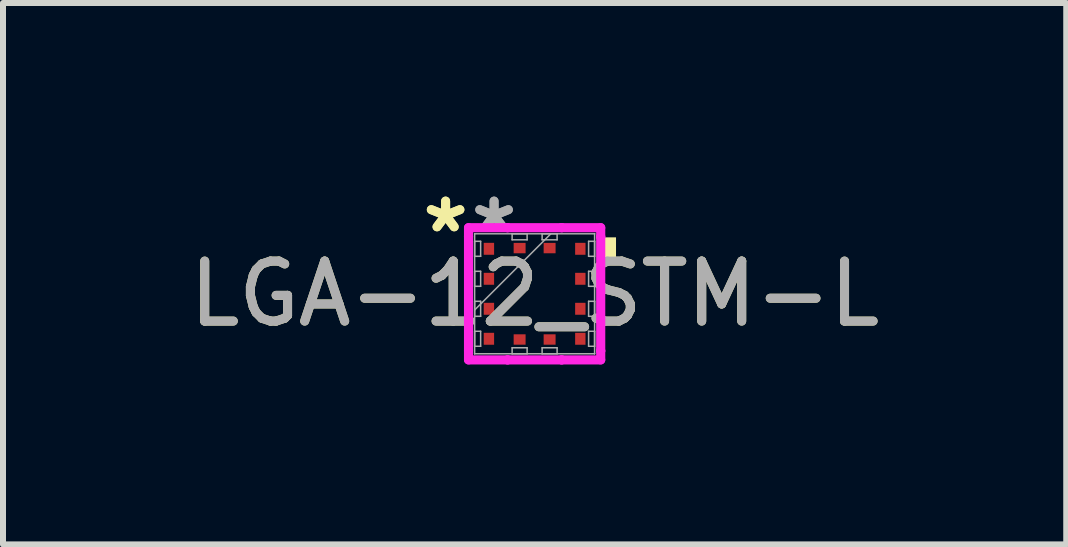
<source format=kicad_pcb>
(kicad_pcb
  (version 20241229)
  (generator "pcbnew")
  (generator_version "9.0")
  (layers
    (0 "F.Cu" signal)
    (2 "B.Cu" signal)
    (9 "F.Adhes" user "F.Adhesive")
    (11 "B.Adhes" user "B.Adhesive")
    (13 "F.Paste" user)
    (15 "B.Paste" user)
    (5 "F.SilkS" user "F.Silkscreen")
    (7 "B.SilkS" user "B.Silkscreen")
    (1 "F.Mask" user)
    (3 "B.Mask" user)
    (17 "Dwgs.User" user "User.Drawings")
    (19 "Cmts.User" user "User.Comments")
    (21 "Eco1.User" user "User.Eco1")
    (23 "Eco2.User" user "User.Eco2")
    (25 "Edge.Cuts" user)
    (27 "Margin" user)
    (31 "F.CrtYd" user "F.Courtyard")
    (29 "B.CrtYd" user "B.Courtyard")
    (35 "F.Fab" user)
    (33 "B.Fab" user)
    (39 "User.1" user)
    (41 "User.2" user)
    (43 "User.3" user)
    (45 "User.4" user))
  (footprint "LGA-12_STM-L"
    (layer "F.Cu")
    (at 5.863 1.848)
    (property "Reference" "LGA-12_STM-L" (at 0 0 0) (unlocked yes) (layer "F.SilkS") (effects (font (size 1 1) (thickness 0.15))))
    (attr smd)
    (fp_poly (pts (xy 1.357 -0.941) (xy 1.357 -0.56) (xy 1.103 -0.56) (xy 1.103 -0.941)) (stroke (width 0) (type solid)) (fill yes) (layer "F.SilkS"))
    (fp_line (start -1.102 -1.102) (end -0.451 -1.102) (stroke (width 0.152) (type solid)) (layer "F.CrtYd"))
    (fp_line (start -1.102 -0.951) (end -1.102 -1.102) (stroke (width 0.152) (type solid)) (layer "F.CrtYd"))
    (fp_line (start -1.102 -0.951) (end -1.102 -0.951) (stroke (width 0.152) (type solid)) (layer "F.CrtYd"))
    (fp_line (start -1.102 0.951) (end -1.102 -0.951) (stroke (width 0.152) (type solid)) (layer "F.CrtYd"))
    (fp_line (start -1.102 0.951) (end -1.102 0.951) (stroke (width 0.152) (type solid)) (layer "F.CrtYd"))
    (fp_line (start -1.102 1.102) (end -1.102 0.951) (stroke (width 0.152) (type solid)) (layer "F.CrtYd"))
    (fp_line (start -0.451 -1.102) (end -0.451 -1.102) (stroke (width 0.152) (type solid)) (layer "F.CrtYd"))
    (fp_line (start -0.451 -1.102) (end 0.451 -1.102) (stroke (width 0.152) (type solid)) (layer "F.CrtYd"))
    (fp_line (start -0.451 1.102) (end -1.102 1.102) (stroke (width 0.152) (type solid)) (layer "F.CrtYd"))
    (fp_line (start -0.451 1.102) (end -0.451 1.102) (stroke (width 0.152) (type solid)) (layer "F.CrtYd"))
    (fp_line (start 0.451 -1.102) (end 0.451 -1.102) (stroke (width 0.152) (type solid)) (layer "F.CrtYd"))
    (fp_line (start 0.451 -1.102) (end 1.102 -1.102) (stroke (width 0.152) (type solid)) (layer "F.CrtYd"))
    (fp_line (start 0.451 1.102) (end -0.451 1.102) (stroke (width 0.152) (type solid)) (layer "F.CrtYd"))
    (fp_line (start 0.451 1.102) (end 0.451 1.102) (stroke (width 0.152) (type solid)) (layer "F.CrtYd"))
    (fp_line (start 1.102 -1.102) (end 1.102 -0.951) (stroke (width 0.152) (type solid)) (layer "F.CrtYd"))
    (fp_line (start 1.102 -0.951) (end 1.102 -0.951) (stroke (width 0.152) (type solid)) (layer "F.CrtYd"))
    (fp_line (start 1.102 -0.951) (end 1.102 0.951) (stroke (width 0.152) (type solid)) (layer "F.CrtYd"))
    (fp_line (start 1.102 0.951) (end 1.102 0.951) (stroke (width 0.152) (type solid)) (layer "F.CrtYd"))
    (fp_line (start 1.102 0.951) (end 1.102 1.102) (stroke (width 0.152) (type solid)) (layer "F.CrtYd"))
    (fp_line (start 1.102 1.102) (end 0.451 1.102) (stroke (width 0.152) (type solid)) (layer "F.CrtYd"))
    (fp_line (start -1 -1) (end -1 -1) (stroke (width 0.025) (type solid)) (layer "F.Fab"))
    (fp_line (start -1 -1) (end -1 1) (stroke (width 0.025) (type solid)) (layer "F.Fab"))
    (fp_line (start -1 -0.875) (end -0.9 -0.875) (stroke (width 0.025) (type solid)) (layer "F.Fab"))
    (fp_line (start -1 -0.625) (end -1 -0.875) (stroke (width 0.025) (type solid)) (layer "F.Fab"))
    (fp_line (start -1 -0.375) (end -0.9 -0.375) (stroke (width 0.025) (type solid)) (layer "F.Fab"))
    (fp_line (start -1 -0.125) (end -1 -0.375) (stroke (width 0.025) (type solid)) (layer "F.Fab"))
    (fp_line (start -1 0.125) (end -0.9 0.125) (stroke (width 0.025) (type solid)) (layer "F.Fab"))
    (fp_line (start -1 0.27) (end 0.27 -1) (stroke (width 0.025) (type solid)) (layer "F.Fab"))
    (fp_line (start -1 0.375) (end -1 0.125) (stroke (width 0.025) (type solid)) (layer "F.Fab"))
    (fp_line (start -1 0.625) (end -0.9 0.625) (stroke (width 0.025) (type solid)) (layer "F.Fab"))
    (fp_line (start -1 0.875) (end -1 0.625) (stroke (width 0.025) (type solid)) (layer "F.Fab"))
    (fp_line (start -1 1) (end -1 1) (stroke (width 0.025) (type solid)) (layer "F.Fab"))
    (fp_line (start -1 1) (end 1 1) (stroke (width 0.025) (type solid)) (layer "F.Fab"))
    (fp_line (start -0.9 -0.875) (end -0.9 -0.625) (stroke (width 0.025) (type solid)) (layer "F.Fab"))
    (fp_line (start -0.9 -0.625) (end -1 -0.625) (stroke (width 0.025) (type solid)) (layer "F.Fab"))
    (fp_line (start -0.9 -0.375) (end -0.9 -0.125) (stroke (width 0.025) (type solid)) (layer "F.Fab"))
    (fp_line (start -0.9 -0.125) (end -1 -0.125) (stroke (width 0.025) (type solid)) (layer "F.Fab"))
    (fp_line (start -0.9 0.125) (end -0.9 0.375) (stroke (width 0.025) (type solid)) (layer "F.Fab"))
    (fp_line (start -0.9 0.375) (end -1 0.375) (stroke (width 0.025) (type solid)) (layer "F.Fab"))
    (fp_line (start -0.9 0.625) (end -0.9 0.875) (stroke (width 0.025) (type solid)) (layer "F.Fab"))
    (fp_line (start -0.9 0.875) (end -1 0.875) (stroke (width 0.025) (type solid)) (layer "F.Fab"))
    (fp_line (start -0.375 -1) (end -0.125 -1) (stroke (width 0.025) (type solid)) (layer "F.Fab"))
    (fp_line (start -0.375 -0.9) (end -0.375 -1) (stroke (width 0.025) (type solid)) (layer "F.Fab"))
    (fp_line (start -0.375 0.9) (end -0.125 0.9) (stroke (width 0.025) (type solid)) (layer "F.Fab"))
    (fp_line (start -0.375 1) (end -0.375 0.9) (stroke (width 0.025) (type solid)) (layer "F.Fab"))
    (fp_line (start -0.125 -1) (end -0.125 -0.9) (stroke (width 0.025) (type solid)) (layer "F.Fab"))
    (fp_line (start -0.125 -0.9) (end -0.375 -0.9) (stroke (width 0.025) (type solid)) (layer "F.Fab"))
    (fp_line (start -0.125 0.9) (end -0.125 1) (stroke (width 0.025) (type solid)) (layer "F.Fab"))
    (fp_line (start -0.125 1) (end -0.375 1) (stroke (width 0.025) (type solid)) (layer "F.Fab"))
    (fp_line (start 0.125 -1) (end 0.375 -1) (stroke (width 0.025) (type solid)) (layer "F.Fab"))
    (fp_line (start 0.125 -0.9) (end 0.125 -1) (stroke (width 0.025) (type solid)) (layer "F.Fab"))
    (fp_line (start 0.125 0.9) (end 0.375 0.9) (stroke (width 0.025) (type solid)) (layer "F.Fab"))
    (fp_line (start 0.125 1) (end 0.125 0.9) (stroke (width 0.025) (type solid)) (layer "F.Fab"))
    (fp_line (start 0.375 -1) (end 0.375 -0.9) (stroke (width 0.025) (type solid)) (layer "F.Fab"))
    (fp_line (start 0.375 -0.9) (end 0.125 -0.9) (stroke (width 0.025) (type solid)) (layer "F.Fab"))
    (fp_line (start 0.375 0.9) (end 0.375 1) (stroke (width 0.025) (type solid)) (layer "F.Fab"))
    (fp_line (start 0.375 1) (end 0.125 1) (stroke (width 0.025) (type solid)) (layer "F.Fab"))
    (fp_line (start 0.9 -0.875) (end 1 -0.875) (stroke (width 0.025) (type solid)) (layer "F.Fab"))
    (fp_line (start 0.9 -0.625) (end 0.9 -0.875) (stroke (width 0.025) (type solid)) (layer "F.Fab"))
    (fp_line (start 0.9 -0.375) (end 1 -0.375) (stroke (width 0.025) (type solid)) (layer "F.Fab"))
    (fp_line (start 0.9 -0.125) (end 0.9 -0.375) (stroke (width 0.025) (type solid)) (layer "F.Fab"))
    (fp_line (start 0.9 0.125) (end 1 0.125) (stroke (width 0.025) (type solid)) (layer "F.Fab"))
    (fp_line (start 0.9 0.375) (end 0.9 0.125) (stroke (width 0.025) (type solid)) (layer "F.Fab"))
    (fp_line (start 0.9 0.625) (end 1 0.625) (stroke (width 0.025) (type solid)) (layer "F.Fab"))
    (fp_line (start 0.9 0.875) (end 0.9 0.625) (stroke (width 0.025) (type solid)) (layer "F.Fab"))
    (fp_line (start 1 -1) (end -1 -1) (stroke (width 0.025) (type solid)) (layer "F.Fab"))
    (fp_line (start 1 -1) (end 1 -1) (stroke (width 0.025) (type solid)) (layer "F.Fab"))
    (fp_line (start 1 -0.875) (end 1 -0.625) (stroke (width 0.025) (type solid)) (layer "F.Fab"))
    (fp_line (start 1 -0.625) (end 0.9 -0.625) (stroke (width 0.025) (type solid)) (layer "F.Fab"))
    (fp_line (start 1 -0.375) (end 1 -0.125) (stroke (width 0.025) (type solid)) (layer "F.Fab"))
    (fp_line (start 1 -0.125) (end 0.9 -0.125) (stroke (width 0.025) (type solid)) (layer "F.Fab"))
    (fp_line (start 1 0.125) (end 1 0.375) (stroke (width 0.025) (type solid)) (layer "F.Fab"))
    (fp_line (start 1 0.375) (end 0.9 0.375) (stroke (width 0.025) (type solid)) (layer "F.Fab"))
    (fp_line (start 1 0.625) (end 1 0.875) (stroke (width 0.025) (type solid)) (layer "F.Fab"))
    (fp_line (start 1 0.875) (end 0.9 0.875) (stroke (width 0.025) (type solid)) (layer "F.Fab"))
    (fp_line (start 1 1) (end 1 -1) (stroke (width 0.025) (type solid)) (layer "F.Fab"))
    (fp_line (start 1 1) (end 1 1) (stroke (width 0.025) (type solid)) (layer "F.Fab"))
    (fp_text user "*" (at -1.484 -1 0) (unlocked yes) (layer "F.SilkS") (effects (font (size 1 1) (thickness 0.15))))
    (fp_text user "*" (at -1.484 -1 0) (layer "F.SilkS") (effects (font (size 1 1) (thickness 0.15))))
    (fp_text user "*" (at -0.676 -1 0) (unlocked yes) (layer "F.Fab") (effects (font (size 1 1) (thickness 0.15))))
    (fp_text user "${REFERENCE}" (at 0 0 0) (unlocked yes) (layer "F.Fab") (effects (font (size 1 1) (thickness 0.15))))
    (fp_text user "*" (at -0.676 -1 0) (layer "F.Fab") (effects (font (size 1 1) (thickness 0.15))))
    (pad "1" smd rect (at -0.762 -0.75 90) (size 0.199 0.173) (layers "F.Cu" "F.Mask" "F.Paste"))
    (pad "2" smd rect (at -0.762 -0.25 90) (size 0.199 0.173) (layers "F.Cu" "F.Mask" "F.Paste"))
    (pad "3" smd rect (at -0.762 0.25 90) (size 0.199 0.173) (layers "F.Cu" "F.Mask" "F.Paste"))
    (pad "4" smd rect (at -0.762 0.75 90) (size 0.199 0.173) (layers "F.Cu" "F.Mask" "F.Paste"))
    (pad "5" smd rect (at -0.25 0.762) (size 0.199 0.173) (layers "F.Cu" "F.Mask" "F.Paste"))
    (pad "6" smd rect (at 0.25 0.762) (size 0.199 0.173) (layers "F.Cu" "F.Mask" "F.Paste"))
    (pad "7" smd rect (at 0.762 0.75 90) (size 0.199 0.173) (layers "F.Cu" "F.Mask" "F.Paste"))
    (pad "8" smd rect (at 0.762 0.25 90) (size 0.199 0.173) (layers "F.Cu" "F.Mask" "F.Paste"))
    (pad "9" smd rect (at 0.762 -0.25 90) (size 0.199 0.173) (layers "F.Cu" "F.Mask" "F.Paste"))
    (pad "10" smd rect (at 0.762 -0.75 90) (size 0.199 0.173) (layers "F.Cu" "F.Mask" "F.Paste"))
    (pad "11" smd rect (at 0.25 -0.762) (size 0.199 0.173) (layers "F.Cu" "F.Mask" "F.Paste"))
    (pad "12" smd rect (at -0.25 -0.762) (size 0.199 0.173) (layers "F.Cu" "F.Mask" "F.Paste")))
  (gr_rect
    (start -3 -3)
    (end 14.726 6.026)
    (stroke (width 0.1) (type default))
    (fill no)
    (layer "Edge.Cuts")))
</source>
